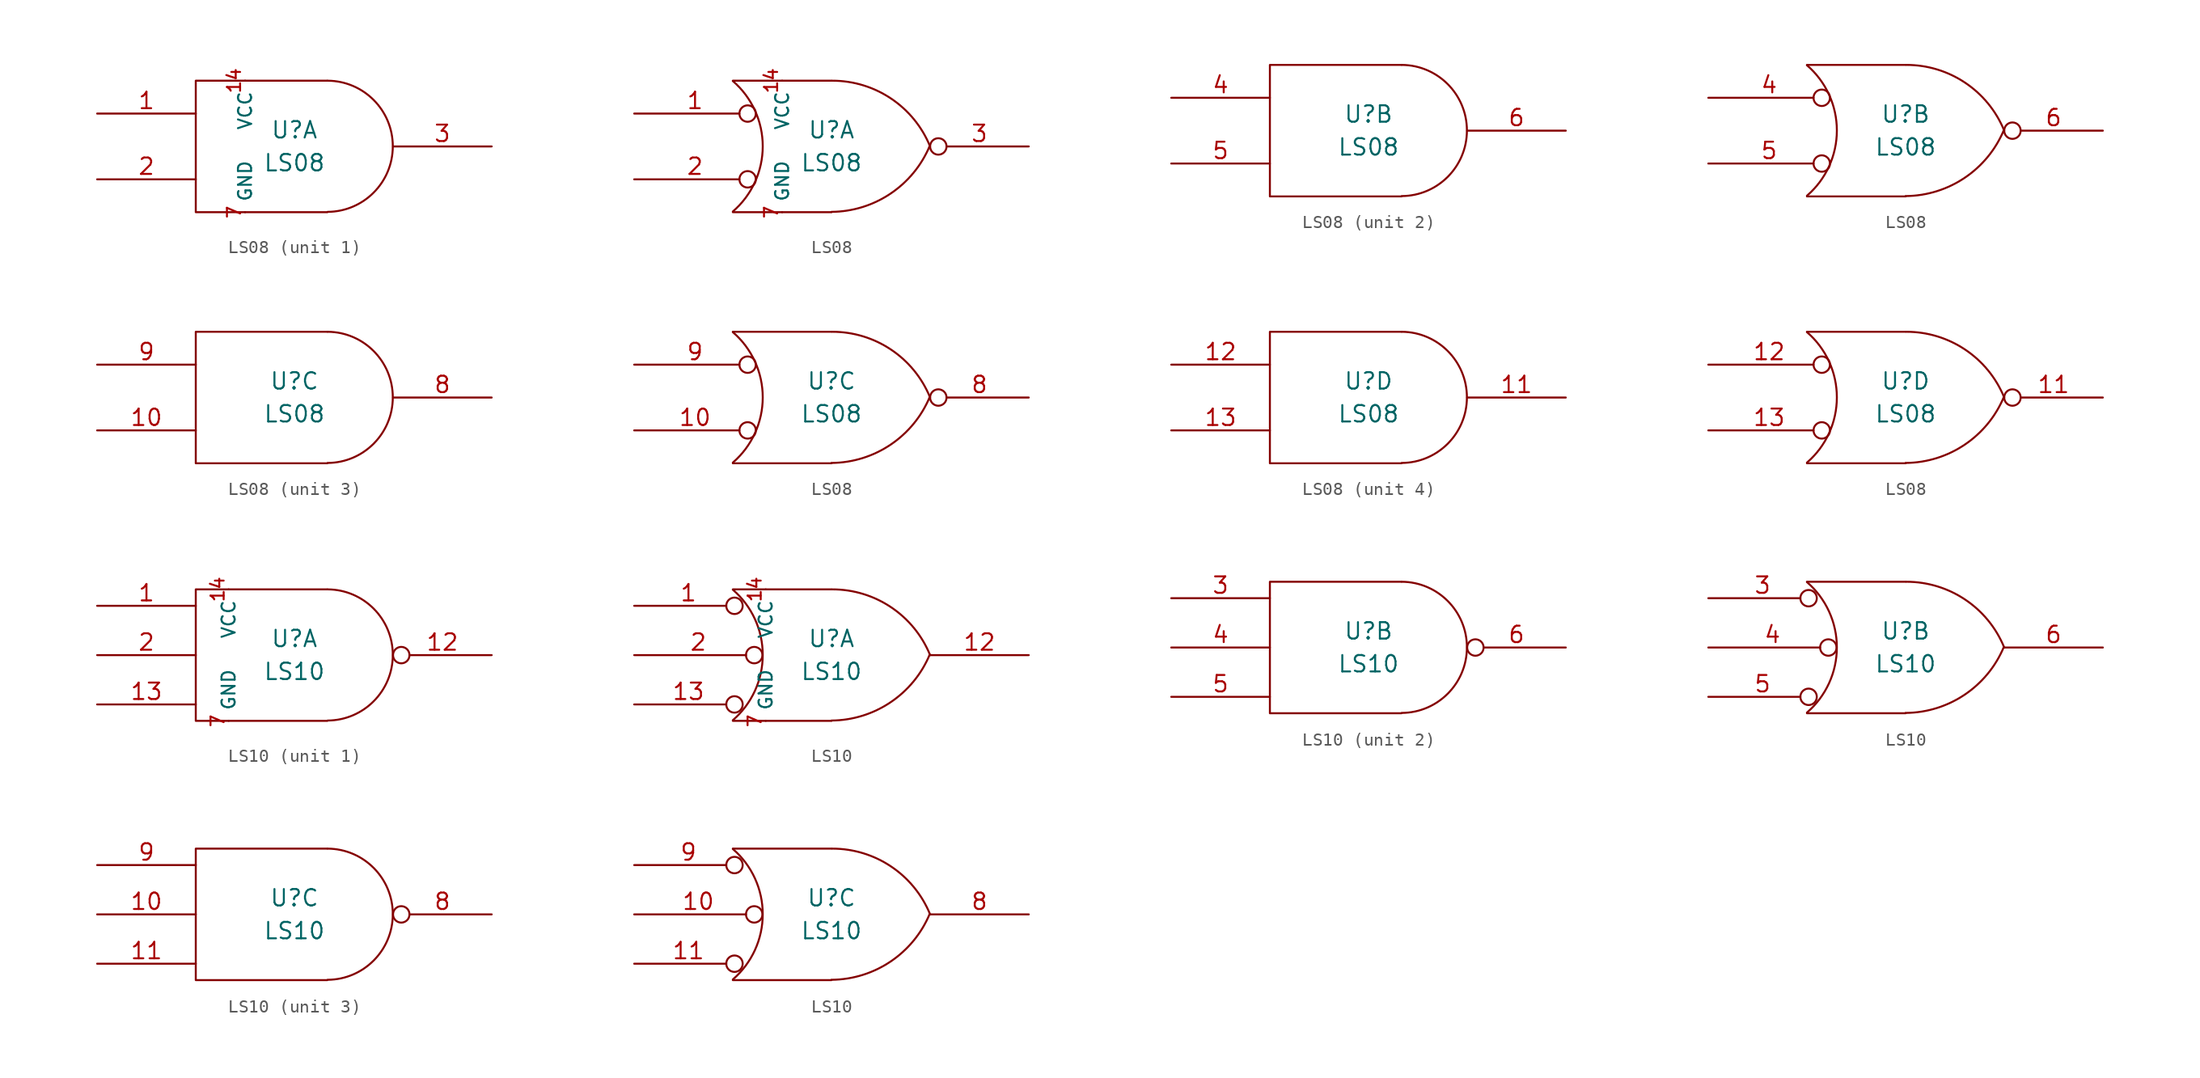
<source format=kicad_sym>
(kicad_symbol_lib
  (version 20211014)
  (generator kicad_symbol_editor)
  (symbol "LS08"
    (pin_names
      (offset 0.762))
    (property "Reference" "U"
      (at 0 1.27 0)
      (effects (font (size 1.27 1.27))))
    (property "Value" "LS08"
      (at 0 -1.27 0)
      (effects (font (size 1.27 1.27))))
    (symbol "LS08_0_1"
      (polyline (pts (xy 2.54 5.08) (xy -7.62 5.08) (xy -7.62 -5.08) (xy 2.54 -5.08)) (stroke (width 0) (type default) (color 0 0 0 0)) (fill (type none)))
      (arc (start 2.5654 -5.0546) (mid 7.5947 0.0001) (end 2.5654 5.08) (stroke (width 0) (type default) (color 0 0 0 0)) (fill (type none))))
    (symbol "LS08_0_2"
      (arc (start -7.62 -5.0292) (mid -5.3094 0.0082) (end -7.62 5.0546) (stroke (width 0) (type default) (color 0 0 0 0)) (fill (type none)))
      (arc (start 0 -5.0546) (mid 4.5632 -3.6449) (end 7.5946 0.0508) (stroke (width 0) (type default) (color 0 0 0 0)) (fill (type none)))
      (polyline (pts (xy -7.62 -5.08) (xy 0 -5.08)) (stroke (width 0) (type default) (color 0 0 0 0)) (fill (type none)))
      (polyline (pts (xy -7.62 5.08) (xy 0 5.08)) (stroke (width 0) (type default) (color 0 0 0 0)) (fill (type none)))
      (arc (start 7.62 0) (mid 4.6132 3.6946) (end 0.0508 5.08) (stroke (width 0) (type default) (color 0 0 0 0)) (fill (type none))))
    (symbol "LS08_1_0"
      (pin power_in line (at -3.81 5.08 270) (length 0) (name "VCC" (effects (font (size 1.016 1.016)))) (number "14" (effects (font (size 1.016 1.016)))))
      (pin power_in line (at -3.81 -5.08 90) (length 0) (name "GND" (effects (font (size 1.016 1.016)))) (number "7" (effects (font (size 1.016 1.016))))))
    (symbol "LS08_1_1"
      (pin input line (at -15.24 2.54 0) (length 7.62) (name "~" (effects (font (size 1.27 1.27)))) (number "1" (effects (font (size 1.27 1.27)))))
      (pin input line (at -15.24 -2.54 0) (length 7.62) (name "~" (effects (font (size 1.27 1.27)))) (number "2" (effects (font (size 1.27 1.27)))))
      (pin output line (at 15.24 0 180) (length 7.62) (name "~" (effects (font (size 1.27 1.27)))) (number "3" (effects (font (size 1.27 1.27))))))
    (symbol "LS08_1_2"
      (pin input inverted (at -15.24 2.54 0) (length 9.398) (name "~" (effects (font (size 1.27 1.27)))) (number "1" (effects (font (size 1.27 1.27)))))
      (pin input inverted (at -15.24 -2.54 0) (length 9.398) (name "~" (effects (font (size 1.27 1.27)))) (number "2" (effects (font (size 1.27 1.27)))))
      (pin output inverted (at 15.24 0 180) (length 7.62) (name "~" (effects (font (size 1.27 1.27)))) (number "3" (effects (font (size 1.27 1.27))))))
    (symbol "LS08_2_1"
      (pin input line (at -15.24 2.54 0) (length 7.62) (name "~" (effects (font (size 1.27 1.27)))) (number "4" (effects (font (size 1.27 1.27)))))
      (pin input line (at -15.24 -2.54 0) (length 7.62) (name "~" (effects (font (size 1.27 1.27)))) (number "5" (effects (font (size 1.27 1.27)))))
      (pin output line (at 15.24 0 180) (length 7.62) (name "~" (effects (font (size 1.27 1.27)))) (number "6" (effects (font (size 1.27 1.27))))))
    (symbol "LS08_2_2"
      (pin input inverted (at -15.24 2.54 0) (length 9.398) (name "~" (effects (font (size 1.27 1.27)))) (number "4" (effects (font (size 1.27 1.27)))))
      (pin input inverted (at -15.24 -2.54 0) (length 9.398) (name "~" (effects (font (size 1.27 1.27)))) (number "5" (effects (font (size 1.27 1.27)))))
      (pin output inverted (at 15.24 0 180) (length 7.62) (name "~" (effects (font (size 1.27 1.27)))) (number "6" (effects (font (size 1.27 1.27))))))
    (symbol "LS08_3_1"
      (pin input line (at -15.24 -2.54 0) (length 7.62) (name "~" (effects (font (size 1.27 1.27)))) (number "10" (effects (font (size 1.27 1.27)))))
      (pin output line (at 15.24 0 180) (length 7.62) (name "~" (effects (font (size 1.27 1.27)))) (number "8" (effects (font (size 1.27 1.27)))))
      (pin input line (at -15.24 2.54 0) (length 7.62) (name "~" (effects (font (size 1.27 1.27)))) (number "9" (effects (font (size 1.27 1.27))))))
    (symbol "LS08_3_2"
      (pin input inverted (at -15.24 -2.54 0) (length 9.398) (name "~" (effects (font (size 1.27 1.27)))) (number "10" (effects (font (size 1.27 1.27)))))
      (pin output inverted (at 15.24 0 180) (length 7.62) (name "~" (effects (font (size 1.27 1.27)))) (number "8" (effects (font (size 1.27 1.27)))))
      (pin input inverted (at -15.24 2.54 0) (length 9.398) (name "~" (effects (font (size 1.27 1.27)))) (number "9" (effects (font (size 1.27 1.27))))))
    (symbol "LS08_4_1"
      (pin output line (at 15.24 0 180) (length 7.62) (name "~" (effects (font (size 1.27 1.27)))) (number "11" (effects (font (size 1.27 1.27)))))
      (pin input line (at -15.24 2.54 0) (length 7.62) (name "~" (effects (font (size 1.27 1.27)))) (number "12" (effects (font (size 1.27 1.27)))))
      (pin input line (at -15.24 -2.54 0) (length 7.62) (name "~" (effects (font (size 1.27 1.27)))) (number "13" (effects (font (size 1.27 1.27))))))
    (symbol "LS08_4_2"
      (pin output inverted (at 15.24 0 180) (length 7.62) (name "~" (effects (font (size 1.27 1.27)))) (number "11" (effects (font (size 1.27 1.27)))))
      (pin input inverted (at -15.24 2.54 0) (length 9.398) (name "~" (effects (font (size 1.27 1.27)))) (number "12" (effects (font (size 1.27 1.27)))))
      (pin input inverted (at -15.24 -2.54 0) (length 9.398) (name "~" (effects (font (size 1.27 1.27)))) (number "13" (effects (font (size 1.27 1.27)))))))
  (symbol "LS10"
    (pin_names
      (offset 0.762))
    (property "Reference" "U"
      (at 0 1.27 0)
      (effects (font (size 1.27 1.27))))
    (property "Value" "LS10"
      (at 0 -1.27 0)
      (effects (font (size 1.27 1.27))))
    (symbol "LS10_0_1"
      (polyline (pts (xy 2.54 5.08) (xy -7.62 5.08) (xy -7.62 -5.08) (xy 2.54 -5.08)) (stroke (width 0) (type default) (color 0 0 0 0)) (fill (type none)))
      (arc (start 2.5654 -5.0546) (mid 7.5947 0.0001) (end 2.5654 5.08) (stroke (width 0) (type default) (color 0 0 0 0)) (fill (type none))))
    (symbol "LS10_0_2"
      (arc (start -7.62 -5.0292) (mid -5.3094 0.0082) (end -7.62 5.0546) (stroke (width 0) (type default) (color 0 0 0 0)) (fill (type none)))
      (arc (start 0 -5.0546) (mid 4.5632 -3.6449) (end 7.5946 0.0508) (stroke (width 0) (type default) (color 0 0 0 0)) (fill (type none)))
      (polyline (pts (xy -7.62 -5.08) (xy 0 -5.08)) (stroke (width 0) (type default) (color 0 0 0 0)) (fill (type none)))
      (polyline (pts (xy -7.62 5.08) (xy 0 5.08)) (stroke (width 0) (type default) (color 0 0 0 0)) (fill (type none)))
      (arc (start 7.62 0) (mid 4.6132 3.6946) (end 0.0508 5.08) (stroke (width 0) (type default) (color 0 0 0 0)) (fill (type none))))
    (symbol "LS10_1_0"
      (pin power_in line (at -5.08 5.08 270) (length 0) (name "VCC" (effects (font (size 1.016 1.016)))) (number "14" (effects (font (size 1.016 1.016)))))
      (pin power_in line (at -5.08 -5.08 90) (length 0) (name "GND" (effects (font (size 1.016 1.016)))) (number "7" (effects (font (size 1.016 1.016))))))
    (symbol "LS10_1_1"
      (pin input line (at -15.24 3.81 0) (length 7.62) (name "~" (effects (font (size 1.27 1.27)))) (number "1" (effects (font (size 1.27 1.27)))))
      (pin output inverted (at 15.24 0 180) (length 7.62) (name "~" (effects (font (size 1.27 1.27)))) (number "12" (effects (font (size 1.27 1.27)))))
      (pin input line (at -15.24 -3.81 0) (length 7.62) (name "~" (effects (font (size 1.27 1.27)))) (number "13" (effects (font (size 1.27 1.27)))))
      (pin input line (at -15.24 0 0) (length 7.62) (name "~" (effects (font (size 1.27 1.27)))) (number "2" (effects (font (size 1.27 1.27))))))
    (symbol "LS10_1_2"
      (pin input inverted (at -15.24 3.81 0) (length 8.382) (name "~" (effects (font (size 1.27 1.27)))) (number "1" (effects (font (size 1.27 1.27)))))
      (pin output line (at 15.24 0 180) (length 7.62) (name "~" (effects (font (size 1.27 1.27)))) (number "12" (effects (font (size 1.27 1.27)))))
      (pin input inverted (at -15.24 -3.81 0) (length 8.382) (name "~" (effects (font (size 1.27 1.27)))) (number "13" (effects (font (size 1.27 1.27)))))
      (pin input inverted (at -15.24 0 0) (length 9.906) (name "~" (effects (font (size 1.27 1.27)))) (number "2" (effects (font (size 1.27 1.27))))))
    (symbol "LS10_2_1"
      (pin input line (at -15.24 3.81 0) (length 7.62) (name "~" (effects (font (size 1.27 1.27)))) (number "3" (effects (font (size 1.27 1.27)))))
      (pin input line (at -15.24 0 0) (length 7.62) (name "~" (effects (font (size 1.27 1.27)))) (number "4" (effects (font (size 1.27 1.27)))))
      (pin input line (at -15.24 -3.81 0) (length 7.62) (name "~" (effects (font (size 1.27 1.27)))) (number "5" (effects (font (size 1.27 1.27)))))
      (pin output inverted (at 15.24 0 180) (length 7.62) (name "~" (effects (font (size 1.27 1.27)))) (number "6" (effects (font (size 1.27 1.27))))))
    (symbol "LS10_2_2"
      (pin input inverted (at -15.24 3.81 0) (length 8.382) (name "~" (effects (font (size 1.27 1.27)))) (number "3" (effects (font (size 1.27 1.27)))))
      (pin input inverted (at -15.24 0 0) (length 9.906) (name "~" (effects (font (size 1.27 1.27)))) (number "4" (effects (font (size 1.27 1.27)))))
      (pin input inverted (at -15.24 -3.81 0) (length 8.382) (name "~" (effects (font (size 1.27 1.27)))) (number "5" (effects (font (size 1.27 1.27)))))
      (pin output line (at 15.24 0 180) (length 7.62) (name "~" (effects (font (size 1.27 1.27)))) (number "6" (effects (font (size 1.27 1.27))))))
    (symbol "LS10_3_1"
      (pin input line (at -15.24 0 0) (length 7.62) (name "~" (effects (font (size 1.27 1.27)))) (number "10" (effects (font (size 1.27 1.27)))))
      (pin input line (at -15.24 -3.81 0) (length 7.62) (name "~" (effects (font (size 1.27 1.27)))) (number "11" (effects (font (size 1.27 1.27)))))
      (pin output inverted (at 15.24 0 180) (length 7.62) (name "~" (effects (font (size 1.27 1.27)))) (number "8" (effects (font (size 1.27 1.27)))))
      (pin input line (at -15.24 3.81 0) (length 7.62) (name "~" (effects (font (size 1.27 1.27)))) (number "9" (effects (font (size 1.27 1.27))))))
    (symbol "LS10_3_2"
      (pin input inverted (at -15.24 0 0) (length 9.906) (name "~" (effects (font (size 1.27 1.27)))) (number "10" (effects (font (size 1.27 1.27)))))
      (pin input inverted (at -15.24 -3.81 0) (length 8.382) (name "~" (effects (font (size 1.27 1.27)))) (number "11" (effects (font (size 1.27 1.27)))))
      (pin output line (at 15.24 0 180) (length 7.62) (name "~" (effects (font (size 1.27 1.27)))) (number "8" (effects (font (size 1.27 1.27)))))
      (pin input inverted (at -15.24 3.81 0) (length 8.382) (name "~" (effects (font (size 1.27 1.27)))) (number "9" (effects (font (size 1.27 1.27))))))))
</source>
